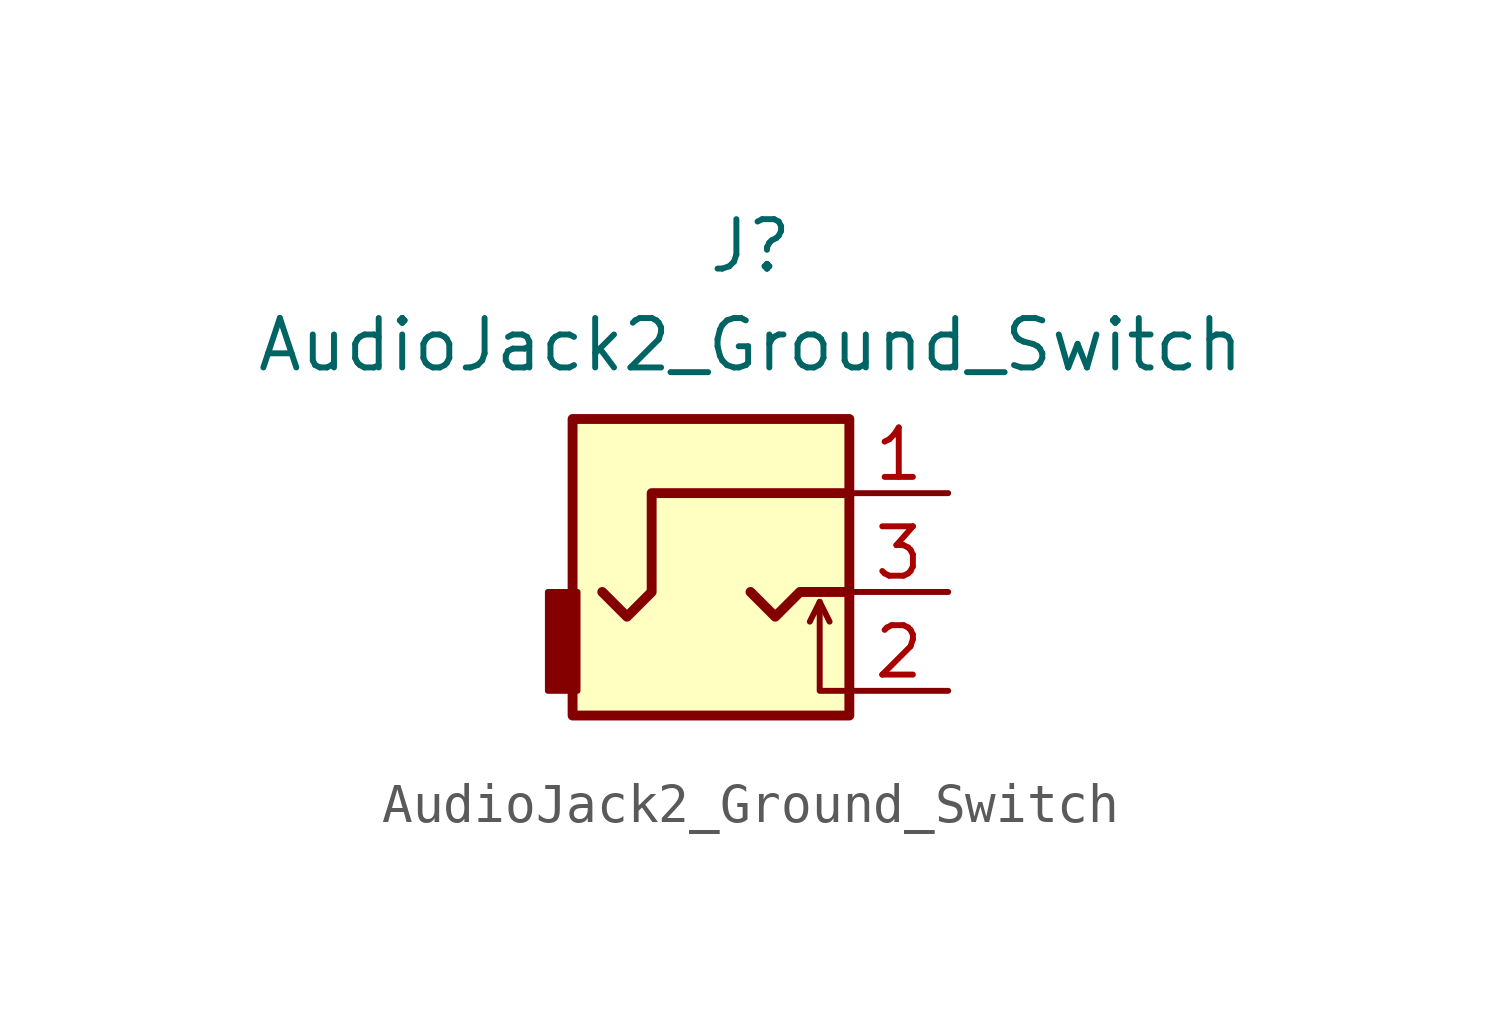
<source format=kicad_sym>
(kicad_symbol_lib
  (version 20201005)
  (generator kicad_symbol_editor)
  (symbol "AudioJack2_Ground_Switch"
    (pin_names
      (offset 1.016))
    (property "Reference" "J"
      (at 0 8.89 0)
      (effects (font (size 1.27 1.27))))
    (property "Value" "AudioJack2_Ground_Switch"
      (at 0 6.35 0)
      (effects (font (size 1.27 1.27))))
    (symbol "AudioJack2_Ground_Switch_0_1"
      (rectangle (start -4.445 -2.54) (end -5.207 0) (stroke (width 0)) (fill (type outline)))
      (rectangle (start 2.54 -3.175) (end -4.572 4.445) (stroke (width 0.254)) (fill (type background)))
      (polyline (pts (xy 1.778 -0.254) (xy 2.032 -0.762)) (stroke (width 0)) (fill (type none)))
      (polyline (pts (xy 0 0) (xy 0.635 -0.635) (xy 1.27 0) (xy 2.54 0)) (stroke (width 0.254)) (fill (type none)))
      (polyline (pts (xy 2.54 -2.54) (xy 1.778 -2.54) (xy 1.778 -0.254) (xy 1.524 -0.762)) (stroke (width 0)) (fill (type none)))
      (polyline (pts (xy 2.54 2.54) (xy -2.54 2.54) (xy -2.54 0) (xy -3.175 -0.635) (xy -3.81 0)) (stroke (width 0.254)) (fill (type none))))
    (symbol "AudioJack2_Ground_Switch_1_1"
      (pin passive line (at 5.08 2.54 180) (length 2.54) (name "~" (effects (font (size 1.27 1.27)))) (number "1" (effects (font (size 1.27 1.27)))))
      (pin passive line (at 5.08 -2.54 180) (length 2.54) (name "~" (effects (font (size 1.27 1.27)))) (number "2" (effects (font (size 1.27 1.27)))))
      (pin passive line (at 5.08 0 180) (length 2.54) (name "~" (effects (font (size 1.27 1.27)))) (number "3" (effects (font (size 1.27 1.27))))))))
</source>
